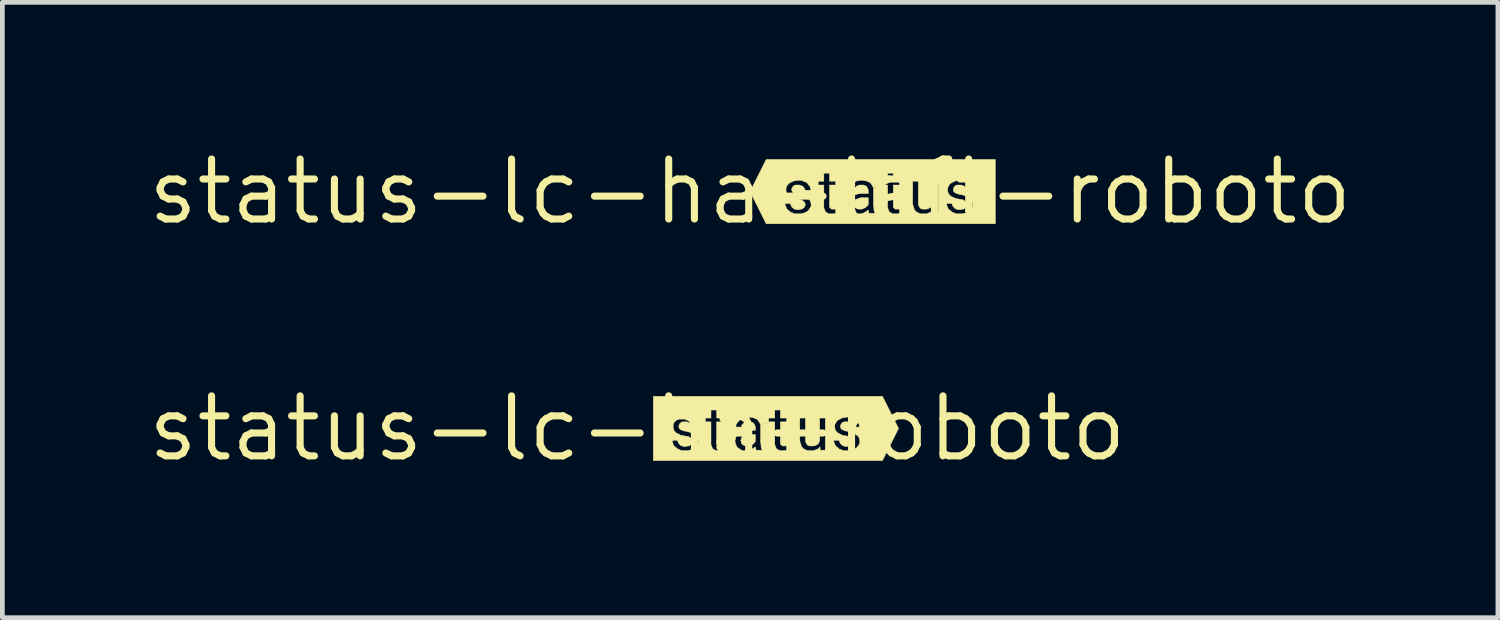
<source format=kicad_pcb>
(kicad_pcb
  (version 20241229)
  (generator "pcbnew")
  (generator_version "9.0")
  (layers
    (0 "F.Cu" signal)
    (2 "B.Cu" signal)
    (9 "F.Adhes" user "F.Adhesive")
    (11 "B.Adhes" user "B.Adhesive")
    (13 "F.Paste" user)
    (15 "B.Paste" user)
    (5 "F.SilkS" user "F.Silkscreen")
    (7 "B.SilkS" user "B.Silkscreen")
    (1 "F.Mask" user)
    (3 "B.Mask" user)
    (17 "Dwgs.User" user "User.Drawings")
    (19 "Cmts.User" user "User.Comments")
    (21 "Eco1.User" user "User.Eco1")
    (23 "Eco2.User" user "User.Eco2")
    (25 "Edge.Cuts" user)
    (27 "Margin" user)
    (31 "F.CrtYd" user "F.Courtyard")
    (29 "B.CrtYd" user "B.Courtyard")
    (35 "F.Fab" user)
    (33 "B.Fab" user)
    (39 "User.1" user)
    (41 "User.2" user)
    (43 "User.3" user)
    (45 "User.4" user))
  (footprint "status-lc-ha-left-roboto"
    (layer "F.Cu")
    (at 12.828 1.006)
    (property "Reference" "status-lc-ha-left-roboto" (at 0 0 0) (layer "F.SilkS") (effects (font (size 1.27 1.27) (thickness 0.15))))
    (attr board_only exclude_from_pos_files exclude_from_bom)
    (fp_poly (pts (xy 2.32 0.37) (xy 2.35 0.37) (xy 2.37 0.37) (xy 2.39 0.36) (xy 2.41 0.35) (xy 2.44 0.34) (xy 2.46 0.32) (xy 2.47 0.31) (xy 2.49 0.29) (xy 2.5 0.27) (xy 2.5 0.13) (xy 2.38 0.13) (xy 2.34 0.13) (xy 2.31 0.14) (xy 2.28 0.15) (xy 2.25 0.16) (xy 2.23 0.17) (xy 2.21 0.19) (xy 2.21 0.2) (xy 2.2 0.22) (xy 2.2 0.23) (xy 2.19 0.25) (xy 2.2 0.27) (xy 2.2 0.29) (xy 2.2 0.31) (xy 2.21 0.32) (xy 2.22 0.33) (xy 2.23 0.34) (xy 2.26 0.36) (xy 2.29 0.37) (xy 2.32 0.37)) (stroke (width 0.01) (type solid)) (fill yes) (layer "F.SilkS"))
    (fp_poly (pts (xy 0.68 -0.68) (xy 0.34 -0.68) (xy 0 0) (xy 0.34 0.68) (xy 5.19 0.68) (xy 5.19 -0.68) (xy 0.68 -0.68) (xy 0.89 -0.21) (xy 0.91 -0.22) (xy 0.94 -0.23) (xy 0.97 -0.23) (xy 0.99 -0.24) (xy 1.06 -0.24) (xy 1.11 -0.23) (xy 1.13 -0.22) (xy 1.16 -0.21) (xy 1.18 -0.2) (xy 1.2 -0.19) (xy 1.22 -0.17) (xy 1.23 -0.15) (xy 1.25 -0.13) (xy 1.27 -0.1) (xy 1.44 -0.14) (xy 1.44 -0.22) (xy 1.56 -0.22) (xy 1.56 -0.39) (xy 1.68 -0.39) (xy 1.68 -0.22) (xy 1.81 -0.22) (xy 1.81 -0.14) (xy 1.68 -0.14) (xy 1.68 0.29) (xy 1.68 0.33) (xy 1.69 0.34) (xy 1.7 0.35) (xy 1.71 0.36) (xy 1.72 0.37) (xy 1.74 0.37) (xy 1.76 0.37) (xy 1.81 0.37) (xy 2.08 0.32) (xy 2.07 0.29) (xy 2.07 0.25) (xy 2.08 0.21) (xy 2.09 0.18) (xy 2.11 0.15) (xy 2.13 0.13) (xy 2.15 0.1) (xy 2.18 0.08) (xy 2.21 0.07) (xy 2.25 0.06) (xy 2.28 0.05) (xy 2.32 0.04) (xy 2.36 0.04) (xy 2.5 0.04) (xy 2.5 -0.01) (xy 2.5 -0.04) (xy 2.49 -0.06) (xy 2.48 -0.08) (xy 2.47 -0.1) (xy 2.45 -0.12) (xy 2.42 -0.13) (xy 2.4 -0.14) (xy 2.36 -0.14) (xy 2.32 -0.14) (xy 2.29 -0.13) (xy 2.26 -0.12) (xy 2.24 -0.1) (xy 2.22 -0.08) (xy 2.21 -0.06) (xy 2.21 -0.03) (xy 2.09 -0.03) (xy 2.09 -0.06) (xy 2.09 -0.08) (xy 2.11 -0.11) (xy 2.12 -0.13) (xy 2.14 -0.15) (xy 2.16 -0.17) (xy 2.19 -0.19) (xy 2.22 -0.21) (xy 2.24 -0.22) (xy 2.27 -0.23) (xy 2.3 -0.23) (xy 2.33 -0.24) (xy 2.36 -0.24) (xy 2.39 -0.24) (xy 2.42 -0.23) (xy 2.45 -0.23) (xy 2.47 -0.22) (xy 2.5 -0.21) (xy 2.52 -0.2) (xy 2.54 -0.19) (xy 2.56 -0.17) (xy 2.57 -0.15) (xy 2.58 -0.14) (xy 2.59 -0.12) (xy 2.61 -0.08) (xy 2.78 -0.14) (xy 2.78 -0.22) (xy 2.91 -0.22) (xy 2.91 -0.39) (xy 3.03 -0.39) (xy 3.03 -0.22) (xy 3.16 -0.22) (xy 3.44 -0.22) (xy 3.56 -0.22) (xy 3.56 0.22) (xy 3.56 0.25) (xy 3.56 0.27) (xy 3.57 0.3) (xy 3.58 0.32) (xy 3.59 0.33) (xy 3.6 0.35) (xy 3.62 0.36) (xy 3.64 0.37) (xy 3.66 0.37) (xy 3.68 0.37) (xy 3.71 0.37) (xy 3.74 0.37) (xy 3.77 0.36) (xy 3.79 0.35) (xy 3.81 0.34) (xy 3.83 0.32) (xy 3.84 0.31) (xy 3.85 0.28) (xy 3.86 0.27) (xy 3.86 -0.22) (xy 3.98 -0.22) (xy 3.98 0.46) (xy 4.18 0.33) (xy 4.17 0.31) (xy 4.16 0.28) (xy 4.16 0.25) (xy 4.27 0.25) (xy 4.28 0.28) (xy 4.29 0.3) (xy 4.3 0.32) (xy 4.32 0.34) (xy 4.34 0.36) (xy 4.37 0.37) (xy 4.39 0.38) (xy 4.42 0.38) (xy 4.46 0.38) (xy 4.49 0.37) (xy 4.52 0.37) (xy 4.54 0.35) (xy 4.56 0.34) (xy 4.57 0.32) (xy 4.58 0.3) (xy 4.59 0.28) (xy 4.58 0.25) (xy 4.57 0.23) (xy 4.56 0.21) (xy 4.54 0.2) (xy 4.52 0.18) (xy 4.49 0.17) (xy 4.37 0.15) (xy 4.33 0.14) (xy 4.3 0.12) (xy 4.27 0.11) (xy 4.24 0.09) (xy 4.22 0.07) (xy 4.2 0.05) (xy 4.19 0.02) (xy 4.18 -0.01) (xy 4.18 -0.05) (xy 4.18 -0.08) (xy 4.2 -0.11) (xy 4.21 -0.14) (xy 4.24 -0.17) (xy 4.27 -0.19) (xy 4.29 -0.2) (xy 4.31 -0.21) (xy 4.33 -0.22) (xy 4.36 -0.23) (xy 4.39 -0.23) (xy 4.41 -0.24) (xy 4.48 -0.24) (xy 4.53 -0.23) (xy 4.55 -0.22) (xy 4.58 -0.21) (xy 4.6 -0.2) (xy 4.62 -0.19) (xy 4.64 -0.17) (xy 4.65 -0.15) (xy 4.67 -0.13) (xy 4.69 -0.1) (xy 4.7 -0.06) (xy 4.7 -0.03) (xy 4.58 -0.03) (xy 4.58 -0.05) (xy 4.57 -0.07) (xy 4.56 -0.09) (xy 4.54 -0.11) (xy 4.52 -0.12) (xy 4.49 -0.13) (xy 4.47 -0.14) (xy 4.44 -0.14) (xy 4.41 -0.14) (xy 4.38 -0.14) (xy 4.35 -0.13) (xy 4.33 -0.11) (xy 4.32 -0.1) (xy 4.31 -0.08) (xy 4.3 -0.06) (xy 4.3 -0.03) (xy 4.31 -0.01) (xy 4.31 0) (xy 4.33 0.02) (xy 4.35 0.03) (xy 4.4 0.05) (xy 4.5 0.07) (xy 4.56 0.09) (xy 4.61 0.11) (xy 4.64 0.14) (xy 4.66 0.15) (xy 4.68 0.17) (xy 4.69 0.19) (xy 4.7 0.21) (xy 4.7 0.23) (xy 4.71 0.25) (xy 4.71 0.27) (xy 4.71 0.3) (xy 4.7 0.33) (xy 4.68 0.36) (xy 4.66 0.39) (xy 4.64 0.41) (xy 4.61 0.43) (xy 4.57 0.45) (xy 4.53 0.46) (xy 4.49 0.47) (xy 4.44 0.47) (xy 4.4 0.47) (xy 4.36 0.47) (xy 4.32 0.45) (xy 4.28 0.44) (xy 4.25 0.41) (xy 4.22 0.39) (xy 4.19 0.36) (xy 4.18 0.33) (xy 3.98 0.46) (xy 3.87 0.46) (xy 3.87 0.39) (xy 3.85 0.41) (xy 3.83 0.43) (xy 3.81 0.44) (xy 3.78 0.45) (xy 3.76 0.46) (xy 3.73 0.47) (xy 3.7 0.47) (xy 3.66 0.47) (xy 3.63 0.47) (xy 3.61 0.47) (xy 3.58 0.46) (xy 3.56 0.45) (xy 3.54 0.44) (xy 3.52 0.43) (xy 3.5 0.41) (xy 3.48 0.39) (xy 3.47 0.36) (xy 3.46 0.33) (xy 3.45 0.3) (xy 3.44 0.26) (xy 3.44 -0.22) (xy 3.16 -0.22) (xy 3.16 -0.14) (xy 3.03 -0.14) (xy 3.03 0.29) (xy 3.03 0.33) (xy 3.04 0.34) (xy 3.05 0.35) (xy 3.06 0.36) (xy 3.07 0.37) (xy 3.09 0.37) (xy 3.11 0.37) (xy 3.16 0.37) (xy 3.16 0.46) (xy 3.12 0.47) (xy 3.09 0.47) (xy 3.05 0.47) (xy 3.02 0.47) (xy 3 0.46) (xy 2.98 0.45) (xy 2.96 0.44) (xy 2.94 0.42) (xy 2.93 0.39) (xy 2.92 0.37) (xy 2.91 0.34) (xy 2.91 0.3) (xy 2.91 -0.14) (xy 2.79 -0.14) (xy 2.61 -0.07) (xy 2.61 -0.03) (xy 2.61 0.3) (xy 2.62 0.34) (xy 2.62 0.39) (xy 2.63 0.42) (xy 2.64 0.45) (xy 2.64 0.46) (xy 2.52 0.46) (xy 2.51 0.45) (xy 2.51 0.43) (xy 2.5 0.39) (xy 2.47 0.41) (xy 2.44 0.43) (xy 2.41 0.45) (xy 2.38 0.46) (xy 2.34 0.47) (xy 2.31 0.47) (xy 2.27 0.47) (xy 2.23 0.47) (xy 2.21 0.46) (xy 2.19 0.45) (xy 2.17 0.44) (xy 2.15 0.42) (xy 2.13 0.41) (xy 2.11 0.39) (xy 2.1 0.37) (xy 2.09 0.35) (xy 2.08 0.32) (xy 1.81 0.37) (xy 1.81 0.46) (xy 1.77 0.47) (xy 1.74 0.47) (xy 1.71 0.47) (xy 1.68 0.47) (xy 1.65 0.46) (xy 1.63 0.45) (xy 1.61 0.44) (xy 1.59 0.42) (xy 1.58 0.39) (xy 1.57 0.37) (xy 1.56 0.34) (xy 1.56 0.3) (xy 1.56 -0.14) (xy 1.44 -0.14) (xy 1.27 -0.1) (xy 1.28 -0.06) (xy 1.28 -0.03) (xy 1.16 -0.03) (xy 1.16 -0.05) (xy 1.15 -0.07) (xy 1.13 -0.09) (xy 1.12 -0.11) (xy 1.1 -0.12) (xy 1.07 -0.13) (xy 1.05 -0.14) (xy 1.02 -0.14) (xy 0.99 -0.14) (xy 0.96 -0.14) (xy 0.93 -0.13) (xy 0.91 -0.11) (xy 0.9 -0.1) (xy 0.89 -0.08) (xy 0.88 -0.06) (xy 0.88 -0.03) (xy 0.89 -0.01) (xy 0.89 0) (xy 0.91 0.02) (xy 0.93 0.03) (xy 0.98 0.05) (xy 1.08 0.07) (xy 1.14 0.09) (xy 1.19 0.11) (xy 1.22 0.14) (xy 1.24 0.15) (xy 1.25 0.17) (xy 1.27 0.19) (xy 1.28 0.21) (xy 1.28 0.23) (xy 1.29 0.25) (xy 1.29 0.27) (xy 1.29 0.3) (xy 1.28 0.33) (xy 1.26 0.36) (xy 1.24 0.39) (xy 1.22 0.41) (xy 1.19 0.43) (xy 1.15 0.45) (xy 1.11 0.46) (xy 1.07 0.47) (xy 1.02 0.47) (xy 0.98 0.47) (xy 0.93 0.47) (xy 0.9 0.45) (xy 0.86 0.44) (xy 0.83 0.41) (xy 0.8 0.39) (xy 0.77 0.36) (xy 0.76 0.33) (xy 0.75 0.31) (xy 0.74 0.28) (xy 0.74 0.25) (xy 0.85 0.25) (xy 0.86 0.28) (xy 0.87 0.3) (xy 0.88 0.32) (xy 0.9 0.34) (xy 0.92 0.36) (xy 0.95 0.37) (xy 0.97 0.38) (xy 1 0.38) (xy 1.04 0.38) (xy 1.07 0.37) (xy 1.1 0.37) (xy 1.12 0.35) (xy 1.14 0.34) (xy 1.15 0.32) (xy 1.16 0.3) (xy 1.17 0.28) (xy 1.16 0.25) (xy 1.15 0.23) (xy 1.14 0.21) (xy 1.12 0.2) (xy 1.1 0.18) (xy 1.07 0.17) (xy 0.95 0.15) (xy 0.91 0.14) (xy 0.88 0.12) (xy 0.85 0.11) (xy 0.82 0.09) (xy 0.8 0.07) (xy 0.78 0.05) (xy 0.77 0.02) (xy 0.76 -0.01) (xy 0.76 -0.05) (xy 0.76 -0.08) (xy 0.77 -0.11) (xy 0.79 -0.14) (xy 0.82 -0.17) (xy 0.84 -0.19) (xy 0.87 -0.2) (xy 0.89 -0.21) (xy 0.68 -0.68)) (stroke (width 0.01) (type solid)) (fill yes) (layer "F.SilkS")))
  (footprint "status-lc-ha-roboto"
    (layer "F.Cu")
    (at 10.439 6.019)
    (property "Reference" "status-lc-ha-roboto" (at 0 0 0) (layer "F.SilkS") (effects (font (size 1.27 1.27) (thickness 0.15))))
    (attr board_only exclude_from_pos_files exclude_from_bom)
    (fp_poly (pts (xy 2.32 0.37) (xy 2.35 0.37) (xy 2.37 0.37) (xy 2.39 0.36) (xy 2.41 0.35) (xy 2.44 0.34) (xy 2.46 0.32) (xy 2.47 0.31) (xy 2.49 0.29) (xy 2.5 0.27) (xy 2.5 0.13) (xy 2.38 0.13) (xy 2.34 0.13) (xy 2.31 0.14) (xy 2.28 0.15) (xy 2.25 0.16) (xy 2.23 0.17) (xy 2.21 0.19) (xy 2.21 0.2) (xy 2.2 0.22) (xy 2.2 0.23) (xy 2.19 0.25) (xy 2.2 0.27) (xy 2.2 0.29) (xy 2.2 0.31) (xy 2.21 0.32) (xy 2.22 0.33) (xy 2.23 0.34) (xy 2.26 0.36) (xy 2.29 0.37) (xy 2.32 0.37)) (stroke (width 0.01) (type solid)) (fill yes) (layer "F.SilkS"))
    (fp_poly (pts (xy 0.68 -0.68) (xy 0.34 -0.68) (xy 0.34 0.68) (xy 5.19 0.68) (xy 5.53 0) (xy 5.19 -0.68) (xy 0.68 -0.68) (xy 0.89 -0.21) (xy 0.91 -0.22) (xy 0.94 -0.23) (xy 0.97 -0.23) (xy 0.99 -0.24) (xy 1.06 -0.24) (xy 1.11 -0.23) (xy 1.13 -0.22) (xy 1.16 -0.21) (xy 1.18 -0.2) (xy 1.2 -0.19) (xy 1.22 -0.17) (xy 1.23 -0.15) (xy 1.25 -0.13) (xy 1.27 -0.1) (xy 1.44 -0.14) (xy 1.44 -0.22) (xy 1.56 -0.22) (xy 1.56 -0.39) (xy 1.68 -0.39) (xy 1.68 -0.22) (xy 1.81 -0.22) (xy 1.81 -0.14) (xy 1.68 -0.14) (xy 1.68 0.29) (xy 1.68 0.33) (xy 1.69 0.34) (xy 1.7 0.35) (xy 1.71 0.36) (xy 1.72 0.37) (xy 1.74 0.37) (xy 1.76 0.37) (xy 1.81 0.37) (xy 2.08 0.32) (xy 2.07 0.29) (xy 2.07 0.25) (xy 2.08 0.21) (xy 2.09 0.18) (xy 2.11 0.15) (xy 2.13 0.13) (xy 2.15 0.1) (xy 2.18 0.08) (xy 2.21 0.07) (xy 2.25 0.06) (xy 2.28 0.05) (xy 2.32 0.04) (xy 2.36 0.04) (xy 2.5 0.04) (xy 2.5 -0.01) (xy 2.5 -0.04) (xy 2.49 -0.06) (xy 2.48 -0.08) (xy 2.47 -0.1) (xy 2.45 -0.12) (xy 2.42 -0.13) (xy 2.4 -0.14) (xy 2.36 -0.14) (xy 2.32 -0.14) (xy 2.29 -0.13) (xy 2.26 -0.12) (xy 2.24 -0.1) (xy 2.22 -0.08) (xy 2.21 -0.06) (xy 2.21 -0.03) (xy 2.09 -0.03) (xy 2.09 -0.06) (xy 2.09 -0.08) (xy 2.11 -0.11) (xy 2.12 -0.13) (xy 2.14 -0.15) (xy 2.16 -0.17) (xy 2.19 -0.19) (xy 2.22 -0.21) (xy 2.24 -0.22) (xy 2.27 -0.23) (xy 2.3 -0.23) (xy 2.33 -0.24) (xy 2.36 -0.24) (xy 2.39 -0.24) (xy 2.42 -0.23) (xy 2.45 -0.23) (xy 2.47 -0.22) (xy 2.5 -0.21) (xy 2.52 -0.2) (xy 2.54 -0.19) (xy 2.56 -0.17) (xy 2.57 -0.15) (xy 2.58 -0.14) (xy 2.59 -0.12) (xy 2.61 -0.08) (xy 2.78 -0.14) (xy 2.78 -0.22) (xy 2.91 -0.22) (xy 2.91 -0.39) (xy 3.03 -0.39) (xy 3.03 -0.22) (xy 3.16 -0.22) (xy 3.44 -0.22) (xy 3.56 -0.22) (xy 3.56 0.22) (xy 3.56 0.25) (xy 3.56 0.27) (xy 3.57 0.3) (xy 3.58 0.32) (xy 3.59 0.33) (xy 3.6 0.35) (xy 3.62 0.36) (xy 3.64 0.37) (xy 3.66 0.37) (xy 3.68 0.37) (xy 3.71 0.37) (xy 3.74 0.37) (xy 3.77 0.36) (xy 3.79 0.35) (xy 3.81 0.34) (xy 3.83 0.32) (xy 3.84 0.31) (xy 3.85 0.28) (xy 3.86 0.27) (xy 3.86 -0.22) (xy 3.98 -0.22) (xy 3.98 0.46) (xy 4.18 0.33) (xy 4.17 0.31) (xy 4.16 0.28) (xy 4.16 0.25) (xy 4.27 0.25) (xy 4.28 0.28) (xy 4.29 0.3) (xy 4.3 0.32) (xy 4.32 0.34) (xy 4.34 0.36) (xy 4.37 0.37) (xy 4.39 0.38) (xy 4.42 0.38) (xy 4.46 0.38) (xy 4.49 0.37) (xy 4.52 0.37) (xy 4.54 0.35) (xy 4.56 0.34) (xy 4.57 0.32) (xy 4.58 0.3) (xy 4.59 0.28) (xy 4.58 0.25) (xy 4.57 0.23) (xy 4.56 0.21) (xy 4.54 0.2) (xy 4.52 0.18) (xy 4.49 0.17) (xy 4.37 0.15) (xy 4.33 0.14) (xy 4.3 0.12) (xy 4.27 0.11) (xy 4.24 0.09) (xy 4.22 0.07) (xy 4.2 0.05) (xy 4.19 0.02) (xy 4.18 -0.01) (xy 4.18 -0.05) (xy 4.18 -0.08) (xy 4.2 -0.11) (xy 4.21 -0.14) (xy 4.24 -0.17) (xy 4.27 -0.19) (xy 4.29 -0.2) (xy 4.31 -0.21) (xy 4.33 -0.22) (xy 4.36 -0.23) (xy 4.39 -0.23) (xy 4.41 -0.24) (xy 4.48 -0.24) (xy 4.53 -0.23) (xy 4.55 -0.22) (xy 4.58 -0.21) (xy 4.6 -0.2) (xy 4.62 -0.19) (xy 4.64 -0.17) (xy 4.65 -0.15) (xy 4.67 -0.13) (xy 4.69 -0.1) (xy 4.7 -0.06) (xy 4.7 -0.03) (xy 4.58 -0.03) (xy 4.58 -0.05) (xy 4.57 -0.07) (xy 4.56 -0.09) (xy 4.54 -0.11) (xy 4.52 -0.12) (xy 4.49 -0.13) (xy 4.47 -0.14) (xy 4.44 -0.14) (xy 4.41 -0.14) (xy 4.38 -0.14) (xy 4.35 -0.13) (xy 4.33 -0.11) (xy 4.32 -0.1) (xy 4.31 -0.08) (xy 4.3 -0.06) (xy 4.3 -0.03) (xy 4.31 -0.01) (xy 4.31 0) (xy 4.33 0.02) (xy 4.35 0.03) (xy 4.4 0.05) (xy 4.5 0.07) (xy 4.56 0.09) (xy 4.61 0.11) (xy 4.64 0.14) (xy 4.66 0.15) (xy 4.68 0.17) (xy 4.69 0.19) (xy 4.7 0.21) (xy 4.7 0.23) (xy 4.71 0.25) (xy 4.71 0.27) (xy 4.71 0.3) (xy 4.7 0.33) (xy 4.68 0.36) (xy 4.66 0.39) (xy 4.64 0.41) (xy 4.61 0.43) (xy 4.57 0.45) (xy 4.53 0.46) (xy 4.49 0.47) (xy 4.44 0.47) (xy 4.4 0.47) (xy 4.36 0.47) (xy 4.32 0.45) (xy 4.28 0.44) (xy 4.25 0.41) (xy 4.22 0.39) (xy 4.19 0.36) (xy 4.18 0.33) (xy 3.98 0.46) (xy 3.87 0.46) (xy 3.87 0.39) (xy 3.85 0.41) (xy 3.83 0.43) (xy 3.81 0.44) (xy 3.78 0.45) (xy 3.76 0.46) (xy 3.73 0.47) (xy 3.7 0.47) (xy 3.66 0.47) (xy 3.63 0.47) (xy 3.61 0.47) (xy 3.58 0.46) (xy 3.56 0.45) (xy 3.54 0.44) (xy 3.52 0.43) (xy 3.5 0.41) (xy 3.48 0.39) (xy 3.47 0.36) (xy 3.46 0.33) (xy 3.45 0.3) (xy 3.44 0.26) (xy 3.44 -0.22) (xy 3.16 -0.22) (xy 3.16 -0.14) (xy 3.03 -0.14) (xy 3.03 0.29) (xy 3.03 0.33) (xy 3.04 0.34) (xy 3.05 0.35) (xy 3.06 0.36) (xy 3.07 0.37) (xy 3.09 0.37) (xy 3.11 0.37) (xy 3.16 0.37) (xy 3.16 0.46) (xy 3.12 0.47) (xy 3.09 0.47) (xy 3.05 0.47) (xy 3.02 0.47) (xy 3 0.46) (xy 2.98 0.45) (xy 2.96 0.44) (xy 2.94 0.42) (xy 2.93 0.39) (xy 2.92 0.37) (xy 2.91 0.34) (xy 2.91 0.3) (xy 2.91 -0.14) (xy 2.79 -0.14) (xy 2.61 -0.07) (xy 2.61 -0.03) (xy 2.61 0.3) (xy 2.62 0.34) (xy 2.62 0.39) (xy 2.63 0.42) (xy 2.64 0.45) (xy 2.64 0.46) (xy 2.52 0.46) (xy 2.51 0.45) (xy 2.51 0.43) (xy 2.5 0.39) (xy 2.47 0.41) (xy 2.44 0.43) (xy 2.41 0.45) (xy 2.38 0.46) (xy 2.34 0.47) (xy 2.31 0.47) (xy 2.27 0.47) (xy 2.23 0.47) (xy 2.21 0.46) (xy 2.19 0.45) (xy 2.17 0.44) (xy 2.15 0.42) (xy 2.13 0.41) (xy 2.11 0.39) (xy 2.1 0.37) (xy 2.09 0.35) (xy 2.08 0.32) (xy 1.81 0.37) (xy 1.81 0.46) (xy 1.77 0.47) (xy 1.74 0.47) (xy 1.71 0.47) (xy 1.68 0.47) (xy 1.65 0.46) (xy 1.63 0.45) (xy 1.61 0.44) (xy 1.59 0.42) (xy 1.58 0.39) (xy 1.57 0.37) (xy 1.56 0.34) (xy 1.56 0.3) (xy 1.56 -0.14) (xy 1.44 -0.14) (xy 1.27 -0.1) (xy 1.28 -0.06) (xy 1.28 -0.03) (xy 1.16 -0.03) (xy 1.16 -0.05) (xy 1.15 -0.07) (xy 1.13 -0.09) (xy 1.12 -0.11) (xy 1.1 -0.12) (xy 1.07 -0.13) (xy 1.05 -0.14) (xy 1.02 -0.14) (xy 0.99 -0.14) (xy 0.96 -0.14) (xy 0.93 -0.13) (xy 0.91 -0.11) (xy 0.9 -0.1) (xy 0.89 -0.08) (xy 0.88 -0.06) (xy 0.88 -0.03) (xy 0.89 -0.01) (xy 0.89 0) (xy 0.91 0.02) (xy 0.93 0.03) (xy 0.98 0.05) (xy 1.08 0.07) (xy 1.14 0.09) (xy 1.19 0.11) (xy 1.22 0.14) (xy 1.24 0.15) (xy 1.25 0.17) (xy 1.27 0.19) (xy 1.28 0.21) (xy 1.28 0.23) (xy 1.29 0.25) (xy 1.29 0.27) (xy 1.29 0.3) (xy 1.28 0.33) (xy 1.26 0.36) (xy 1.24 0.39) (xy 1.22 0.41) (xy 1.19 0.43) (xy 1.15 0.45) (xy 1.11 0.46) (xy 1.07 0.47) (xy 1.02 0.47) (xy 0.98 0.47) (xy 0.93 0.47) (xy 0.9 0.45) (xy 0.86 0.44) (xy 0.83 0.41) (xy 0.8 0.39) (xy 0.77 0.36) (xy 0.76 0.33) (xy 0.75 0.31) (xy 0.74 0.28) (xy 0.74 0.25) (xy 0.85 0.25) (xy 0.86 0.28) (xy 0.87 0.3) (xy 0.88 0.32) (xy 0.9 0.34) (xy 0.92 0.36) (xy 0.95 0.37) (xy 0.97 0.38) (xy 1 0.38) (xy 1.04 0.38) (xy 1.07 0.37) (xy 1.1 0.37) (xy 1.12 0.35) (xy 1.14 0.34) (xy 1.15 0.32) (xy 1.16 0.3) (xy 1.17 0.28) (xy 1.16 0.25) (xy 1.15 0.23) (xy 1.14 0.21) (xy 1.12 0.2) (xy 1.1 0.18) (xy 1.07 0.17) (xy 0.95 0.15) (xy 0.91 0.14) (xy 0.88 0.12) (xy 0.85 0.11) (xy 0.82 0.09) (xy 0.8 0.07) (xy 0.78 0.05) (xy 0.77 0.02) (xy 0.76 -0.01) (xy 0.76 -0.05) (xy 0.76 -0.08) (xy 0.77 -0.11) (xy 0.79 -0.14) (xy 0.82 -0.17) (xy 0.84 -0.19) (xy 0.87 -0.2) (xy 0.89 -0.21) (xy 0.68 -0.68)) (stroke (width 0.01) (type solid)) (fill yes) (layer "F.SilkS")))
  (gr_rect
    (start -3 -3)
    (end 28.656 10.025)
    (stroke (width 0.1) (type default))
    (fill no)
    (layer "Edge.Cuts")))
</source>
